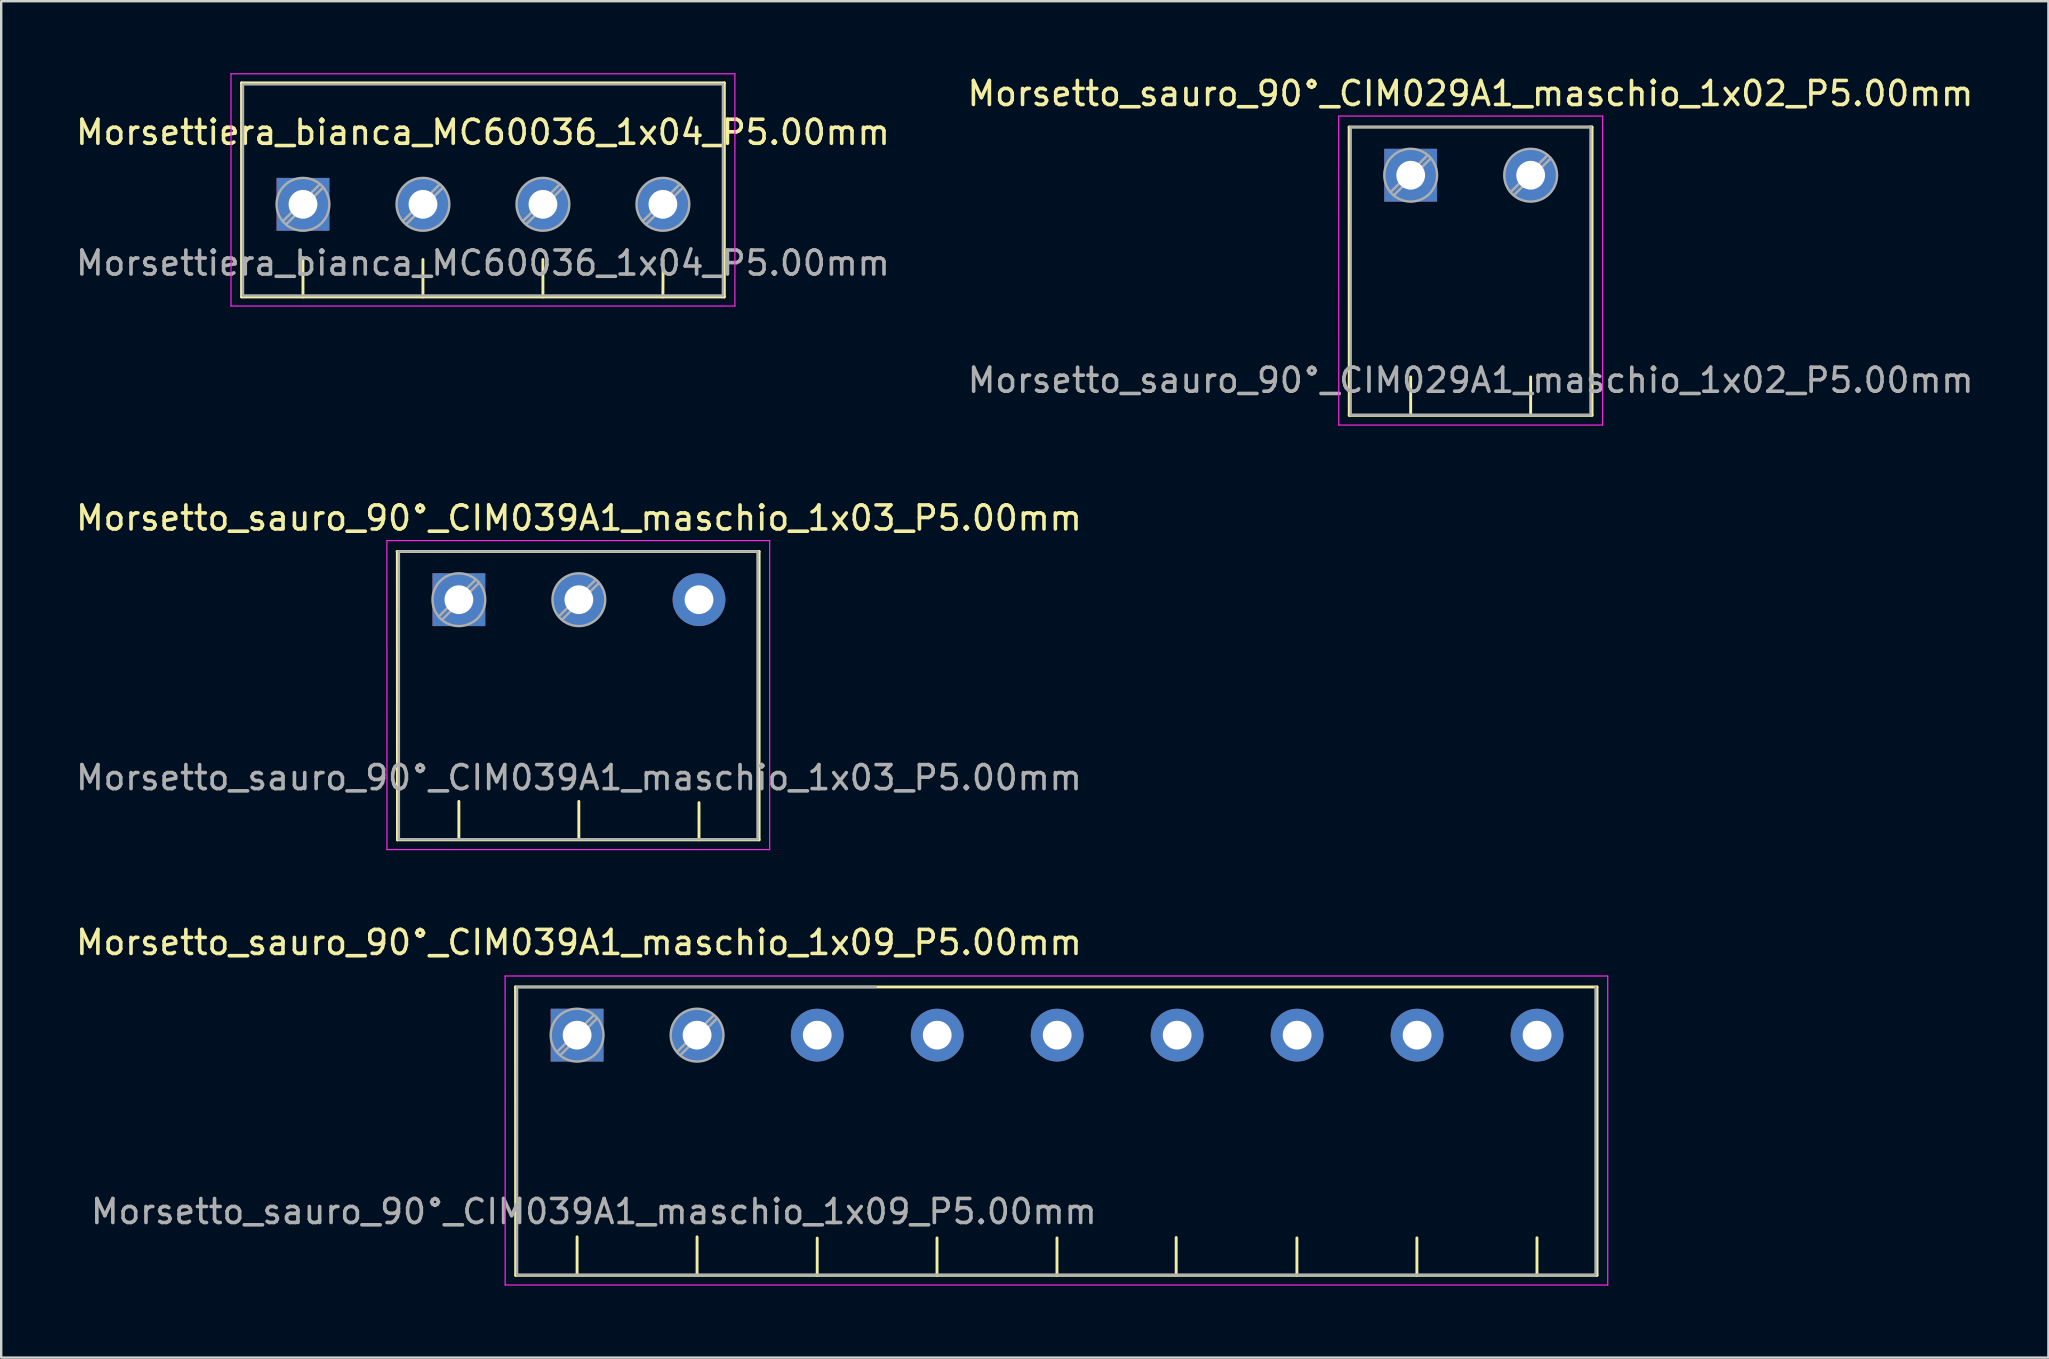
<source format=kicad_pcb>
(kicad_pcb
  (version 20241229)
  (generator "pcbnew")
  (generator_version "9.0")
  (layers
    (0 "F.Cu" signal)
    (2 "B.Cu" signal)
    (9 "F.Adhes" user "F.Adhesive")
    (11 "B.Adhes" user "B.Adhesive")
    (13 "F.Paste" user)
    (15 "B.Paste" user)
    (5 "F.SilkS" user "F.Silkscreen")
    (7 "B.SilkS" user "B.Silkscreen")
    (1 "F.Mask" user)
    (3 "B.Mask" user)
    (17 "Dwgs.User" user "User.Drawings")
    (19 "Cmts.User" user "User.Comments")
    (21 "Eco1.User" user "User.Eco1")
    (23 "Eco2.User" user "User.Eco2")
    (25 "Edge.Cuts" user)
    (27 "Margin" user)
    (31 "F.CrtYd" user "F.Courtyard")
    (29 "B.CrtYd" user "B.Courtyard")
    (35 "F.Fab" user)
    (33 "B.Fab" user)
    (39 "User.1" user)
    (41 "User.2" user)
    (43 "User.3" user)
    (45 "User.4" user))
  (footprint "Morsetto_sauro_90°_CIM029A1_maschio_1x02_P5.00mm"
    (layer "F.Cu")
    (at 55.742 4.252)
    (property "Reference" "Morsetto_sauro_90°_CIM029A1_maschio_1x02_P5.00mm" (at 2.49 -3.404 0) (layer "F.SilkS") (effects (font (size 1 1) (thickness 0.15))))
    (attr through_hole)
    (fp_line (start -2.565 -2.007) (end -2.56 10.008) (stroke (width 0.12) (type solid)) (layer "F.SilkS"))
    (fp_line (start -2.565 -2.007) (end 7.555 -2.007) (stroke (width 0.12) (type solid)) (layer "F.SilkS"))
    (fp_line (start 0 8.406) (end 0 9.956) (stroke (width 0.12) (type solid)) (layer "F.SilkS"))
    (fp_line (start 5 8.406) (end 5 9.956) (stroke (width 0.12) (type solid)) (layer "F.SilkS"))
    (fp_line (start 7.56 -2.007) (end 7.56 10.008) (stroke (width 0.12) (type solid)) (layer "F.SilkS"))
    (fp_line (start 7.56 10.008) (end -2.56 10.008) (stroke (width 0.12) (type solid)) (layer "F.SilkS"))
    (fp_line (start -3 -2.464) (end -2.997 10.414) (stroke (width 0.05) (type solid)) (layer "F.CrtYd"))
    (fp_line (start -3 10.414) (end 8 10.414) (stroke (width 0.05) (type solid)) (layer "F.CrtYd"))
    (fp_line (start 8 -2.464) (end -3 -2.464) (stroke (width 0.05) (type solid)) (layer "F.CrtYd"))
    (fp_line (start 8 10.414) (end 8 -2.464) (stroke (width 0.05) (type solid)) (layer "F.CrtYd"))
    (fp_line (start -2.515 -2.007) (end 7.485 -2.007) (stroke (width 0.1) (type solid)) (layer "F.Fab"))
    (fp_line (start -2.5 9.982) (end -2.5 -2.007) (stroke (width 0.1) (type solid)) (layer "F.Fab"))
    (fp_line (start 0.701 -0.835) (end -0.835 0.7) (stroke (width 0.1) (type solid)) (layer "F.Fab"))
    (fp_line (start 0.835 -0.7) (end -0.701 0.835) (stroke (width 0.1) (type solid)) (layer "F.Fab"))
    (fp_line (start 5.701 -0.835) (end 4.166 0.7) (stroke (width 0.1) (type solid)) (layer "F.Fab"))
    (fp_line (start 5.835 -0.7) (end 4.3 0.835) (stroke (width 0.1) (type solid)) (layer "F.Fab"))
    (fp_line (start 7.493 -2.032) (end 7.493 9.982) (stroke (width 0.1) (type solid)) (layer "F.Fab"))
    (fp_line (start 7.493 9.982) (end -2.507 9.982) (stroke (width 0.1) (type solid)) (layer "F.Fab"))
    (fp_circle (center 0 0) (end 1.1 0) (stroke (width 0.1) (type solid)) (fill no) (layer "F.Fab"))
    (fp_circle (center 5 0) (end 6.1 0) (stroke (width 0.1) (type solid)) (fill no) (layer "F.Fab"))
    (fp_text user "${REFERENCE}" (at 2.5 8.546 0) (layer "F.Fab") (effects (font (size 1 1) (thickness 0.15))))
    (pad "1" thru_hole rect (at 0 0) (size 2.2 2.2) (drill 1.2) (layers "*.Cu" "*.Mask"))
    (pad "2" thru_hole circle (at 5 0) (size 2.2 2.2) (drill 1.2) (layers "*.Cu" "*.Mask")))
  (footprint "Morsetto_sauro_90°_CIM039A1_maschio_1x03_P5.00mm"
    (layer "F.Cu")
    (at 16.074 21.943)
    (property "Reference" "Morsetto_sauro_90°_CIM039A1_maschio_1x03_P5.00mm" (at 5.004 -3.404 0) (layer "F.SilkS") (effects (font (size 1 1) (thickness 0.15))))
    (attr through_hole)
    (fp_line (start -2.575 -2.007) (end 12.513 -2.007) (stroke (width 0.12) (type solid)) (layer "F.SilkS"))
    (fp_line (start -2.565 -2.007) (end -2.56 10.008) (stroke (width 0.12) (type solid)) (layer "F.SilkS"))
    (fp_line (start 0 8.406) (end 0 9.956) (stroke (width 0.12) (type solid)) (layer "F.SilkS"))
    (fp_line (start 5 8.406) (end 5 9.956) (stroke (width 0.12) (type solid)) (layer "F.SilkS"))
    (fp_line (start 10.008 8.458) (end 10.008 10.008) (stroke (width 0.12) (type solid)) (layer "F.SilkS"))
    (fp_line (start 12.513 -2.007) (end 12.513 10.008) (stroke (width 0.12) (type solid)) (layer "F.SilkS"))
    (fp_line (start 12.513 10.008) (end -2.56 10.008) (stroke (width 0.12) (type solid)) (layer "F.SilkS"))
    (fp_line (start -3 -2.464) (end -2.997 10.414) (stroke (width 0.05) (type solid)) (layer "F.CrtYd"))
    (fp_line (start -3 10.414) (end 12.953 10.414) (stroke (width 0.05) (type solid)) (layer "F.CrtYd"))
    (fp_line (start 12.953 -2.464) (end -3 -2.464) (stroke (width 0.05) (type solid)) (layer "F.CrtYd"))
    (fp_line (start 12.953 10.414) (end 12.953 -2.464) (stroke (width 0.05) (type solid)) (layer "F.CrtYd"))
    (fp_line (start -2.515 -2.007) (end 12.446 -2.007) (stroke (width 0.1) (type solid)) (layer "F.Fab"))
    (fp_line (start -2.5 9.982) (end -2.5 -2.007) (stroke (width 0.1) (type solid)) (layer "F.Fab"))
    (fp_line (start 0.701 -0.835) (end -0.835 0.7) (stroke (width 0.1) (type solid)) (layer "F.Fab"))
    (fp_line (start 0.835 -0.7) (end -0.701 0.835) (stroke (width 0.1) (type solid)) (layer "F.Fab"))
    (fp_line (start 5.701 -0.835) (end 4.166 0.7) (stroke (width 0.1) (type solid)) (layer "F.Fab"))
    (fp_line (start 5.835 -0.7) (end 4.3 0.835) (stroke (width 0.1) (type solid)) (layer "F.Fab"))
    (fp_line (start 12.446 -2.007) (end 12.446 9.982) (stroke (width 0.1) (type solid)) (layer "F.Fab"))
    (fp_line (start 12.446 9.982) (end -2.507 9.982) (stroke (width 0.1) (type solid)) (layer "F.Fab"))
    (fp_circle (center 0 0) (end 1.1 0) (stroke (width 0.1) (type solid)) (fill no) (layer "F.Fab"))
    (fp_circle (center 5 0) (end 6.1 0) (stroke (width 0.1) (type solid)) (fill no) (layer "F.Fab"))
    (fp_text user "${REFERENCE}" (at 5.004 7.417 0) (layer "F.Fab") (effects (font (size 1 1) (thickness 0.15))))
    (pad "1" thru_hole rect (at 0 0) (size 2.2 2.2) (drill 1.2) (layers "*.Cu" "*.Mask"))
    (pad "2" thru_hole circle (at 5 0) (size 2.2 2.2) (drill 1.2) (layers "*.Cu" "*.Mask"))
    (pad "3" thru_hole circle (at 10.008 0) (size 2.2 2.2) (drill 1.2) (layers "*.Cu" "*.Mask")))
  (footprint "Morsetto_sauro_90°_CIM039A1_maschio_1x09_P5.00mm"
    (layer "F.Cu")
    (at 21.001 40.091)
    (property "Reference" "Morsetto_sauro_90°_CIM039A1_maschio_1x09_P5.00mm" (at 0.076 -3.861 0) (layer "F.SilkS") (effects (font (size 1 1) (thickness 0.15))))
    (attr through_hole)
    (fp_line (start -2.575 -2.007) (end 42.507 -2.007) (stroke (width 0.12) (type solid)) (layer "F.SilkS"))
    (fp_line (start -2.565 -2.007) (end -2.56 10.008) (stroke (width 0.12) (type solid)) (layer "F.SilkS"))
    (fp_line (start 0 8.406) (end 0 9.956) (stroke (width 0.12) (type solid)) (layer "F.SilkS"))
    (fp_line (start 5 8.406) (end 5 9.956) (stroke (width 0.12) (type solid)) (layer "F.SilkS"))
    (fp_line (start 10.008 8.458) (end 10.008 10.008) (stroke (width 0.12) (type solid)) (layer "F.SilkS"))
    (fp_line (start 15 8.45) (end 15 10) (stroke (width 0.12) (type solid)) (layer "F.SilkS"))
    (fp_line (start 20 8.45) (end 20 10) (stroke (width 0.12) (type solid)) (layer "F.SilkS"))
    (fp_line (start 24.968 8.433) (end 24.968 9.983) (stroke (width 0.12) (type solid)) (layer "F.SilkS"))
    (fp_line (start 30 8.45) (end 30 10) (stroke (width 0.12) (type solid)) (layer "F.SilkS"))
    (fp_line (start 35 8.45) (end 35 10) (stroke (width 0.12) (type solid)) (layer "F.SilkS"))
    (fp_line (start 40.005 8.445) (end 40.005 9.995) (stroke (width 0.12) (type solid)) (layer "F.SilkS"))
    (fp_line (start 42.507 -2.007) (end 42.507 10.008) (stroke (width 0.12) (type solid)) (layer "F.SilkS"))
    (fp_line (start 42.507 10.008) (end -2.56 10.008) (stroke (width 0.12) (type solid)) (layer "F.SilkS"))
    (fp_line (start -3 -2.464) (end -2.997 10.414) (stroke (width 0.05) (type solid)) (layer "F.CrtYd"))
    (fp_line (start -3 10.414) (end 42.953 10.414) (stroke (width 0.05) (type solid)) (layer "F.CrtYd"))
    (fp_line (start 42.953 -2.464) (end -3 -2.464) (stroke (width 0.05) (type solid)) (layer "F.CrtYd"))
    (fp_line (start 42.953 10.414) (end 42.953 -2.464) (stroke (width 0.05) (type solid)) (layer "F.CrtYd"))
    (fp_line (start -2.515 -2.007) (end 12.446 -2.007) (stroke (width 0.1) (type solid)) (layer "F.Fab"))
    (fp_line (start -2.5 9.982) (end -2.5 -2.007) (stroke (width 0.1) (type solid)) (layer "F.Fab"))
    (fp_line (start 0.701 -0.835) (end -0.835 0.7) (stroke (width 0.1) (type solid)) (layer "F.Fab"))
    (fp_line (start 0.835 -0.7) (end -0.701 0.835) (stroke (width 0.1) (type solid)) (layer "F.Fab"))
    (fp_line (start 5.701 -0.835) (end 4.166 0.7) (stroke (width 0.1) (type solid)) (layer "F.Fab"))
    (fp_line (start 5.835 -0.7) (end 4.3 0.835) (stroke (width 0.1) (type solid)) (layer "F.Fab"))
    (fp_line (start 42.446 -2.007) (end 42.446 9.982) (stroke (width 0.1) (type solid)) (layer "F.Fab"))
    (fp_line (start 42.446 9.982) (end -2.507 9.982) (stroke (width 0.1) (type solid)) (layer "F.Fab"))
    (fp_circle (center 0 0) (end 1.1 0) (stroke (width 0.1) (type solid)) (fill no) (layer "F.Fab"))
    (fp_circle (center 5 0) (end 6.1 0) (stroke (width 0.1) (type solid)) (fill no) (layer "F.Fab"))
    (fp_text user "${REFERENCE}" (at 0.699 7.353 0) (layer "F.Fab") (effects (font (size 1 1) (thickness 0.15))))
    (pad "1" thru_hole rect (at 0 0) (size 2.2 2.2) (drill 1.2) (layers "*.Cu" "*.Mask"))
    (pad "2" thru_hole circle (at 5 0) (size 2.2 2.2) (drill 1.2) (layers "*.Cu" "*.Mask"))
    (pad "3" thru_hole circle (at 10.008 0) (size 2.2 2.2) (drill 1.2) (layers "*.Cu" "*.Mask"))
    (pad "4" thru_hole circle (at 15.008 0) (size 2.2 2.2) (drill 1.2) (layers "*.Cu" "*.Mask"))
    (pad "5" thru_hole circle (at 20.008 0) (size 2.2 2.2) (drill 1.2) (layers "*.Cu" "*.Mask"))
    (pad "6" thru_hole circle (at 25.008 0) (size 2.2 2.2) (drill 1.2) (layers "*.Cu" "*.Mask"))
    (pad "7" thru_hole circle (at 30.008 0) (size 2.2 2.2) (drill 1.2) (layers "*.Cu" "*.Mask"))
    (pad "8" thru_hole circle (at 35.008 0) (size 2.2 2.2) (drill 1.2) (layers "*.Cu" "*.Mask"))
    (pad "9" thru_hole circle (at 40.008 0) (size 2.2 2.2) (drill 1.2) (layers "*.Cu" "*.Mask")))
  (footprint "Morsettiera_bianca_MC60036_1x04_P5.00mm"
    (layer "F.Cu")
    (at 9.577 5.465)
    (property "Reference" "Morsettiera_bianca_MC60036_1x04_P5.00mm" (at 7.5 -3 0) (layer "F.SilkS") (effects (font (size 1 1) (thickness 0.15))))
    (attr through_hole)
    (fp_line (start -2.56 -5.06) (end -2.56 3.86) (stroke (width 0.12) (type solid)) (layer "F.SilkS"))
    (fp_line (start -2.56 -5.06) (end 17.56 -5.06) (stroke (width 0.12) (type solid)) (layer "F.SilkS"))
    (fp_line (start 0 2.31) (end 0 3.86) (stroke (width 0.12) (type solid)) (layer "F.SilkS"))
    (fp_line (start 5 2.3) (end 5 3.86) (stroke (width 0.12) (type solid)) (layer "F.SilkS"))
    (fp_line (start 10 2.3) (end 10 3.86) (stroke (width 0.12) (type solid)) (layer "F.SilkS"))
    (fp_line (start 15.01 2.3) (end 15 3.86) (stroke (width 0.12) (type solid)) (layer "F.SilkS"))
    (fp_line (start 17.56 -5.06) (end 17.56 3.86) (stroke (width 0.12) (type solid)) (layer "F.SilkS"))
    (fp_line (start 17.56 3.86) (end -2.56 3.86) (stroke (width 0.12) (type solid)) (layer "F.SilkS"))
    (fp_line (start -3 -5.44) (end -3 4.24) (stroke (width 0.05) (type solid)) (layer "F.CrtYd"))
    (fp_line (start -3 4.24) (end 18 4.24) (stroke (width 0.05) (type solid)) (layer "F.CrtYd"))
    (fp_line (start 18 -5.44) (end -3 -5.44) (stroke (width 0.05) (type solid)) (layer "F.CrtYd"))
    (fp_line (start 18 4.24) (end 18 -5.44) (stroke (width 0.05) (type solid)) (layer "F.CrtYd"))
    (fp_line (start -2.5 -5) (end 17.5 -5) (stroke (width 0.1) (type solid)) (layer "F.Fab"))
    (fp_line (start -2.5 3.8) (end -2.5 -5) (stroke (width 0.1) (type solid)) (layer "F.Fab"))
    (fp_line (start 0.701 -0.835) (end -0.835 0.7) (stroke (width 0.1) (type solid)) (layer "F.Fab"))
    (fp_line (start 0.835 -0.7) (end -0.701 0.835) (stroke (width 0.1) (type solid)) (layer "F.Fab"))
    (fp_line (start 5.701 -0.835) (end 4.166 0.7) (stroke (width 0.1) (type solid)) (layer "F.Fab"))
    (fp_line (start 5.835 -0.7) (end 4.3 0.835) (stroke (width 0.1) (type solid)) (layer "F.Fab"))
    (fp_line (start 10.701 -0.835) (end 9.166 0.7) (stroke (width 0.1) (type solid)) (layer "F.Fab"))
    (fp_line (start 10.835 -0.7) (end 9.3 0.835) (stroke (width 0.1) (type solid)) (layer "F.Fab"))
    (fp_line (start 15.701 -0.835) (end 14.166 0.7) (stroke (width 0.1) (type solid)) (layer "F.Fab"))
    (fp_line (start 15.835 -0.7) (end 14.3 0.835) (stroke (width 0.1) (type solid)) (layer "F.Fab"))
    (fp_line (start 17.5 -5) (end 17.5 3.8) (stroke (width 0.1) (type solid)) (layer "F.Fab"))
    (fp_line (start 17.5 3.8) (end -2.5 3.8) (stroke (width 0.1) (type solid)) (layer "F.Fab"))
    (fp_circle (center 0 0) (end 1.1 0) (stroke (width 0.1) (type solid)) (fill no) (layer "F.Fab"))
    (fp_circle (center 5 0) (end 6.1 0) (stroke (width 0.1) (type solid)) (fill no) (layer "F.Fab"))
    (fp_circle (center 10 0) (end 11.1 0) (stroke (width 0.1) (type solid)) (fill no) (layer "F.Fab"))
    (fp_circle (center 15 0) (end 16.1 0) (stroke (width 0.1) (type solid)) (fill no) (layer "F.Fab"))
    (fp_text user "${REFERENCE}" (at 7.5 2.45 0) (layer "F.Fab") (effects (font (size 1 1) (thickness 0.15))))
    (pad "1" thru_hole rect (at 0 0) (size 2.2 2.2) (drill 1.2) (layers "*.Cu" "*.Mask"))
    (pad "2" thru_hole circle (at 5 0) (size 2.2 2.2) (drill 1.2) (layers "*.Cu" "*.Mask"))
    (pad "3" thru_hole circle (at 10 0) (size 2.2 2.2) (drill 1.2) (layers "*.Cu" "*.Mask"))
    (pad "4" thru_hole circle (at 15 0) (size 2.2 2.2) (drill 1.2) (layers "*.Cu" "*.Mask")))
  (gr_rect
    (start -3 -3)
    (end 82.32 53.53)
    (stroke (width 0.1) (type default))
    (fill no)
    (layer "Edge.Cuts")))
</source>
